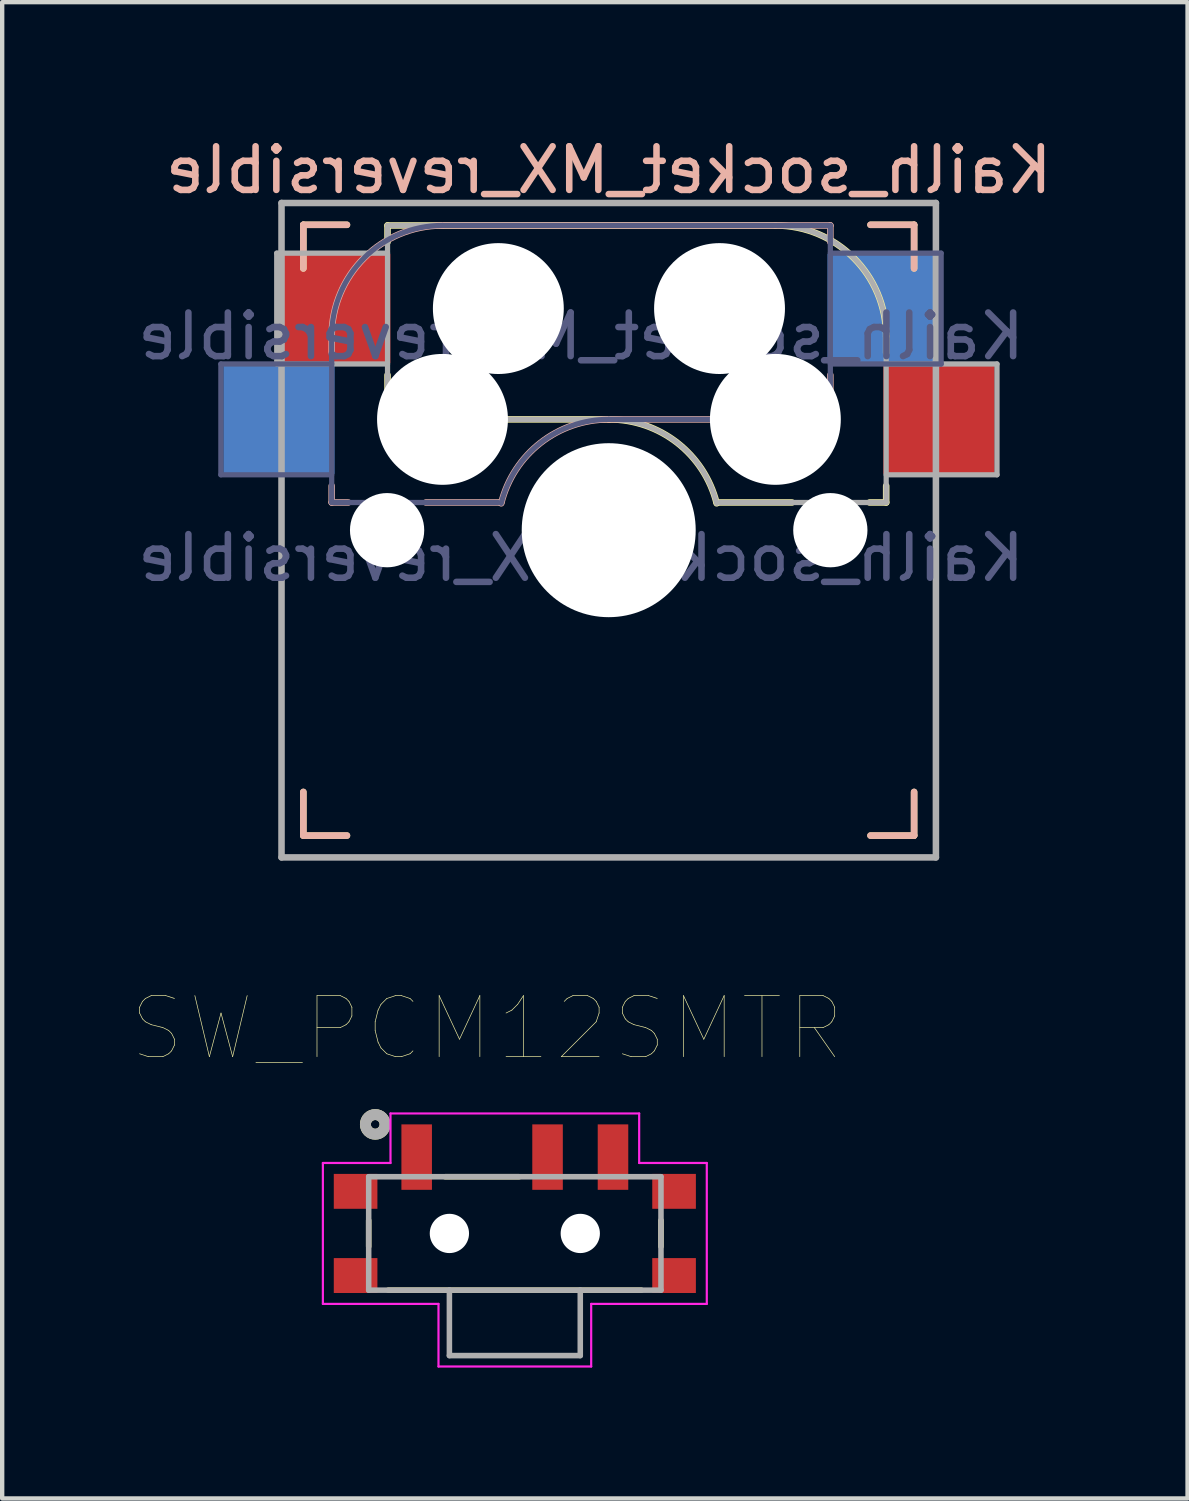
<source format=kicad_pcb>
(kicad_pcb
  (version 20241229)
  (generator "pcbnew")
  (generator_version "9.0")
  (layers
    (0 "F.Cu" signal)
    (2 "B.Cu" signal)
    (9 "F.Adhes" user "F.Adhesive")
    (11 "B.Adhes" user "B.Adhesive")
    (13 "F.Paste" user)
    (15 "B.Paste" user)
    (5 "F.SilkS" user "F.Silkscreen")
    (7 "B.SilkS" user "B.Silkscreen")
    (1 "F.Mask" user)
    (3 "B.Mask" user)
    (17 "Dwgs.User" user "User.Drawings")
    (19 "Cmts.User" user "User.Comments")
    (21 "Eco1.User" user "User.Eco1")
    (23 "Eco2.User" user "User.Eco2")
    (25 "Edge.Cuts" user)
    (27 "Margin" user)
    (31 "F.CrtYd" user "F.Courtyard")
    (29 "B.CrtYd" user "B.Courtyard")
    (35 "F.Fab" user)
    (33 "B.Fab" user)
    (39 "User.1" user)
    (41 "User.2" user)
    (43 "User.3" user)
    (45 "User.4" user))
  (footprint "Kailh_socket_MX_reversible"
    (layer "F.Cu")
    (at 10.903 9.103)
    (property "Reference" "Kailh_socket_MX_reversible" (at 0 -8.255 0) (layer "B.SilkS") (effects (font (size 1 1) (thickness 0.15)) (justify mirror)))
    (property "Value" "Kailh_socket_MX_reversible" (at 0 8.255 0) (layer "F.Fab") (hide yes) (effects (font (size 1 1) (thickness 0.15))))
    (attr smd)
    (fp_line (start -7 -6) (end -7 -7) (stroke (width 0.15) (type solid)) (layer "F.SilkS"))
    (fp_line (start -7 7) (end -7 6) (stroke (width 0.15) (type solid)) (layer "F.SilkS"))
    (fp_line (start -7 7) (end -6 7) (stroke (width 0.15) (type solid)) (layer "F.SilkS"))
    (fp_line (start -6 -7) (end -7 -7) (stroke (width 0.15) (type solid)) (layer "F.SilkS"))
    (fp_line (start -5.07 -6.985) (end -5.07 -6.604) (stroke (width 0.15) (type solid)) (layer "F.SilkS"))
    (fp_line (start -5.07 -3.556) (end -5.07 -2.54) (stroke (width 0.15) (type solid)) (layer "F.SilkS"))
    (fp_line (start -5.07 -2.54) (end 0.01 -2.54) (stroke (width 0.15) (type solid)) (layer "F.SilkS"))
    (fp_line (start 2.474 -0.635) (end 4.201 -0.635) (stroke (width 0.15) (type solid)) (layer "F.SilkS"))
    (fp_line (start 3.82 -6.985) (end -5.07 -6.985) (stroke (width 0.15) (type solid)) (layer "F.SilkS"))
    (fp_line (start 5.979 -0.635) (end 6.36 -0.635) (stroke (width 0.15) (type solid)) (layer "F.SilkS"))
    (fp_line (start 6 7) (end 7 7) (stroke (width 0.15) (type solid)) (layer "F.SilkS"))
    (fp_line (start 6.36 -4.445) (end 6.36 -4.064) (stroke (width 0.15) (type solid)) (layer "F.SilkS"))
    (fp_line (start 6.36 -1.016) (end 6.36 -0.635) (stroke (width 0.15) (type solid)) (layer "F.SilkS"))
    (fp_line (start 7 -7) (end 6 -7) (stroke (width 0.15) (type solid)) (layer "F.SilkS"))
    (fp_line (start 7 -7) (end 7 -6) (stroke (width 0.15) (type solid)) (layer "F.SilkS"))
    (fp_line (start 7 6) (end 7 7) (stroke (width 0.15) (type solid)) (layer "F.SilkS"))
    (fp_arc (start 0.01 -2.54) (mid 1.573147 -2.002042) (end 2.474162 -0.61604) (stroke (width 0.15) (type solid)) (layer "F.SilkS"))
    (fp_arc (start 3.82 -6.985) (mid 5.616051 -6.241051) (end 6.36 -4.445) (stroke (width 0.15) (type solid)) (layer "F.SilkS"))
    (fp_line (start -7 -7) (end -7 -6) (stroke (width 0.15) (type solid)) (layer "B.SilkS"))
    (fp_line (start -7 -7) (end -6 -7) (stroke (width 0.15) (type solid)) (layer "B.SilkS"))
    (fp_line (start -7 6) (end -7 7) (stroke (width 0.15) (type solid)) (layer "B.SilkS"))
    (fp_line (start -6.35 -4.445) (end -6.35 -4.064) (stroke (width 0.15) (type solid)) (layer "B.SilkS"))
    (fp_line (start -6.35 -1.016) (end -6.35 -0.635) (stroke (width 0.15) (type solid)) (layer "B.SilkS"))
    (fp_line (start -6 7) (end -7 7) (stroke (width 0.15) (type solid)) (layer "B.SilkS"))
    (fp_line (start -5.969 -0.635) (end -6.35 -0.635) (stroke (width 0.15) (type solid)) (layer "B.SilkS"))
    (fp_line (start -3.81 -6.985) (end 5.08 -6.985) (stroke (width 0.15) (type solid)) (layer "B.SilkS"))
    (fp_line (start -2.464 -0.635) (end -4.191 -0.635) (stroke (width 0.15) (type solid)) (layer "B.SilkS"))
    (fp_line (start 5.08 -6.985) (end 5.08 -6.604) (stroke (width 0.15) (type solid)) (layer "B.SilkS"))
    (fp_line (start 5.08 -3.556) (end 5.08 -2.54) (stroke (width 0.15) (type solid)) (layer "B.SilkS"))
    (fp_line (start 5.08 -2.54) (end 0 -2.54) (stroke (width 0.15) (type solid)) (layer "B.SilkS"))
    (fp_line (start 6 -7) (end 7 -7) (stroke (width 0.15) (type solid)) (layer "B.SilkS"))
    (fp_line (start 7 -6) (end 7 -7) (stroke (width 0.15) (type solid)) (layer "B.SilkS"))
    (fp_line (start 7 7) (end 6 7) (stroke (width 0.15) (type solid)) (layer "B.SilkS"))
    (fp_line (start 7 7) (end 7 6) (stroke (width 0.15) (type solid)) (layer "B.SilkS"))
    (fp_arc (start -6.35 -4.445) (mid -5.606051 -6.241051) (end -3.81 -6.985) (stroke (width 0.15) (type solid)) (layer "B.SilkS"))
    (fp_arc (start -2.464162 -0.61604) (mid -1.563147 -2.002042) (end 0 -2.54) (stroke (width 0.15) (type solid)) (layer "B.SilkS"))
    (fp_line (start -6.9 6.9) (end -6.9 -6.9) (stroke (width 0.15) (type solid)) (layer "Eco2.User"))
    (fp_line (start -6.9 6.9) (end 6.9 6.9) (stroke (width 0.15) (type solid)) (layer "Eco2.User"))
    (fp_line (start 6.9 -6.9) (end -6.9 -6.9) (stroke (width 0.15) (type solid)) (layer "Eco2.User"))
    (fp_line (start 6.9 -6.9) (end 6.9 6.9) (stroke (width 0.15) (type solid)) (layer "Eco2.User"))
    (fp_line (start -8.89 -3.81) (end -6.35 -3.81) (stroke (width 0.12) (type solid)) (layer "B.Fab"))
    (fp_line (start -8.89 -1.27) (end -8.89 -3.81) (stroke (width 0.12) (type solid)) (layer "B.Fab"))
    (fp_line (start -6.35 -1.27) (end -8.89 -1.27) (stroke (width 0.12) (type solid)) (layer "B.Fab"))
    (fp_line (start -6.35 -0.635) (end -6.35 -4.445) (stroke (width 0.12) (type solid)) (layer "B.Fab"))
    (fp_line (start -6.35 -0.635) (end -2.54 -0.635) (stroke (width 0.12) (type solid)) (layer "B.Fab"))
    (fp_line (start -3.81 -6.985) (end 5.08 -6.985) (stroke (width 0.12) (type solid)) (layer "B.Fab"))
    (fp_line (start 5.08 -6.985) (end 5.08 -2.54) (stroke (width 0.12) (type solid)) (layer "B.Fab"))
    (fp_line (start 5.08 -6.35) (end 7.62 -6.35) (stroke (width 0.12) (type solid)) (layer "B.Fab"))
    (fp_line (start 5.08 -2.54) (end 0 -2.54) (stroke (width 0.12) (type solid)) (layer "B.Fab"))
    (fp_line (start 7.62 -6.35) (end 7.62 -3.81) (stroke (width 0.12) (type solid)) (layer "B.Fab"))
    (fp_line (start 7.62 -3.81) (end 5.08 -3.81) (stroke (width 0.12) (type solid)) (layer "B.Fab"))
    (fp_arc (start -6.35 -4.445) (mid -5.606051 -6.241051) (end -3.81 -6.985) (stroke (width 0.12) (type solid)) (layer "B.Fab"))
    (fp_arc (start -2.464162 -0.61604) (mid -1.563147 -2.002042) (end 0 -2.54) (stroke (width 0.12) (type solid)) (layer "B.Fab"))
    (fp_line (start -7.61 -6.35) (end -7.61 -3.81) (stroke (width 0.12) (type solid)) (layer "F.Fab"))
    (fp_line (start -7.61 -3.81) (end -5.07 -3.81) (stroke (width 0.12) (type solid)) (layer "F.Fab"))
    (fp_line (start -7.5 -7.5) (end 7.5 -7.5) (stroke (width 0.15) (type solid)) (layer "F.Fab"))
    (fp_line (start -7.5 7.5) (end -7.5 -7.5) (stroke (width 0.15) (type solid)) (layer "F.Fab"))
    (fp_line (start -5.07 -6.985) (end -5.07 -2.54) (stroke (width 0.12) (type solid)) (layer "F.Fab"))
    (fp_line (start -5.07 -6.35) (end -7.61 -6.35) (stroke (width 0.12) (type solid)) (layer "F.Fab"))
    (fp_line (start -5.07 -2.54) (end 0.01 -2.54) (stroke (width 0.12) (type solid)) (layer "F.Fab"))
    (fp_line (start 3.82 -6.985) (end -5.07 -6.985) (stroke (width 0.12) (type solid)) (layer "F.Fab"))
    (fp_line (start 6.36 -1.27) (end 8.9 -1.27) (stroke (width 0.12) (type solid)) (layer "F.Fab"))
    (fp_line (start 6.36 -0.635) (end 2.55 -0.635) (stroke (width 0.12) (type solid)) (layer "F.Fab"))
    (fp_line (start 6.36 -0.635) (end 6.36 -4.445) (stroke (width 0.12) (type solid)) (layer "F.Fab"))
    (fp_line (start 7.5 -7.5) (end 7.5 7.5) (stroke (width 0.15) (type solid)) (layer "F.Fab"))
    (fp_line (start 7.5 7.5) (end -7.5 7.5) (stroke (width 0.15) (type solid)) (layer "F.Fab"))
    (fp_line (start 8.9 -3.81) (end 6.36 -3.81) (stroke (width 0.12) (type solid)) (layer "F.Fab"))
    (fp_line (start 8.9 -1.27) (end 8.9 -3.81) (stroke (width 0.12) (type solid)) (layer "F.Fab"))
    (fp_arc (start 0.01 -2.54) (mid 1.573147 -2.002042) (end 2.474162 -0.61604) (stroke (width 0.12) (type solid)) (layer "F.Fab"))
    (fp_arc (start 3.82 -6.985) (mid 5.616051 -6.241051) (end 6.36 -4.445) (stroke (width 0.12) (type solid)) (layer "F.Fab"))
    (fp_text user "${REFERENCE}" (at -0.635 -4.445 0) (layer "B.Fab") (effects (font (size 1 1) (thickness 0.15)) (justify mirror)))
    (fp_text user "${VALUE}" (at -0.635 0.635 0) (layer "B.Fab") (effects (font (size 1 1) (thickness 0.15)) (justify mirror)))
    (pad "" np_thru_hole circle (at -5.08 0) (size 1.702 1.702) (drill 1.702) (layers "*.Cu" "*.Mask"))
    (pad "" np_thru_hole circle (at -3.81 -2.54) (size 3 3) (drill 3) (layers "*.Cu" "*.Mask"))
    (pad "" np_thru_hole circle (at -2.53 -5.08 180) (size 3 3) (drill 3) (layers "*.Cu" "*.Mask"))
    (pad "" np_thru_hole circle (at 0 0) (size 3.988 3.988) (drill 3.988) (layers "*.Cu" "*.Mask"))
    (pad "" np_thru_hole circle (at 2.54 -5.08) (size 3 3) (drill 3) (layers "*.Cu" "*.Mask"))
    (pad "" np_thru_hole circle (at 3.82 -2.54 180) (size 3 3) (drill 3) (layers "*.Cu" "*.Mask"))
    (pad "" np_thru_hole circle (at 5.08 0) (size 1.702 1.702) (drill 1.702) (layers "*.Cu" "*.Mask"))
    (pad "1" smd rect (at -6.28 -5.08 180) (size 2.55 2.5) (layers "F.Cu" "F.Mask" "F.Paste"))
    (pad "1" smd rect (at 6.29 -5.08) (size 2.55 2.5) (layers "B.Cu" "B.Mask" "B.Paste"))
    (pad "2" smd rect (at -7.56 -2.54) (size 2.55 2.5) (layers "B.Cu" "B.Mask" "B.Paste"))
    (pad "2" smd rect (at 7.57 -2.54 180) (size 2.55 2.5) (layers "F.Cu" "F.Mask" "F.Paste")))
  (footprint "SW_PCM12SMTR"
    (layer "F.Cu")
    (at 8.751 25.223)
    (property "Reference" "SW_PCM12SMTR" (at -0.635 -4.699 0) (layer "F.SilkS") (effects (font (size 1.4 1.4) (thickness 0.015))))
    (attr through_hole)
    (fp_line (start -3.35 0.3) (end -3.35 -0.3) (stroke (width 0.127) (type solid)) (layer "F.SilkS"))
    (fp_line (start -2.9 1.3) (end 2.9 1.3) (stroke (width 0.127) (type solid)) (layer "F.SilkS"))
    (fp_line (start -1.6 -1.3) (end 0.1 -1.3) (stroke (width 0.127) (type solid)) (layer "F.SilkS"))
    (fp_line (start 3.35 -0.3) (end 3.35 0.3) (stroke (width 0.127) (type solid)) (layer "F.SilkS"))
    (fp_circle (center -3.2 -2.5) (end -3.1 -2.5) (stroke (width 0.25) (type solid)) (fill no) (layer "F.SilkS"))
    (fp_line (start -4.4 -1.615) (end -2.85 -1.615) (stroke (width 0.05) (type solid)) (layer "F.CrtYd"))
    (fp_line (start -4.4 1.615) (end -4.4 -1.615) (stroke (width 0.05) (type solid)) (layer "F.CrtYd"))
    (fp_line (start -2.85 -2.75) (end 2.85 -2.75) (stroke (width 0.05) (type solid)) (layer "F.CrtYd"))
    (fp_line (start -2.85 -1.615) (end -2.85 -2.75) (stroke (width 0.05) (type solid)) (layer "F.CrtYd"))
    (fp_line (start -1.75 1.615) (end -4.4 1.615) (stroke (width 0.05) (type solid)) (layer "F.CrtYd"))
    (fp_line (start -1.75 3.05) (end -1.75 1.615) (stroke (width 0.05) (type solid)) (layer "F.CrtYd"))
    (fp_line (start 1.75 1.615) (end 1.75 3.05) (stroke (width 0.05) (type solid)) (layer "F.CrtYd"))
    (fp_line (start 1.75 3.05) (end -1.75 3.05) (stroke (width 0.05) (type solid)) (layer "F.CrtYd"))
    (fp_line (start 2.85 -2.75) (end 2.85 -1.615) (stroke (width 0.05) (type solid)) (layer "F.CrtYd"))
    (fp_line (start 2.85 -1.615) (end 4.4 -1.615) (stroke (width 0.05) (type solid)) (layer "F.CrtYd"))
    (fp_line (start 4.4 -1.615) (end 4.4 1.615) (stroke (width 0.05) (type solid)) (layer "F.CrtYd"))
    (fp_line (start 4.4 1.615) (end 1.75 1.615) (stroke (width 0.05) (type solid)) (layer "F.CrtYd"))
    (fp_line (start -3.35 -1.3) (end 3.35 -1.3) (stroke (width 0.127) (type solid)) (layer "F.Fab"))
    (fp_line (start -3.35 1.3) (end -3.35 -1.3) (stroke (width 0.127) (type solid)) (layer "F.Fab"))
    (fp_line (start -1.5 1.3) (end -3.35 1.3) (stroke (width 0.127) (type solid)) (layer "F.Fab"))
    (fp_line (start -1.5 1.3) (end -1.5 2.8) (stroke (width 0.127) (type solid)) (layer "F.Fab"))
    (fp_line (start -1.5 2.8) (end 1.5 2.8) (stroke (width 0.127) (type solid)) (layer "F.Fab"))
    (fp_line (start 1.5 1.3) (end -1.5 1.3) (stroke (width 0.127) (type solid)) (layer "F.Fab"))
    (fp_line (start 1.5 2.8) (end 1.5 1.3) (stroke (width 0.127) (type solid)) (layer "F.Fab"))
    (fp_line (start 3.35 -1.3) (end 3.35 1.3) (stroke (width 0.127) (type solid)) (layer "F.Fab"))
    (fp_line (start 3.35 1.3) (end 1.5 1.3) (stroke (width 0.127) (type solid)) (layer "F.Fab"))
    (fp_circle (center -3.2 -2.5) (end -3.1 -2.5) (stroke (width 0.25) (type solid)) (fill no) (layer "F.Fab"))
    (pad "" np_thru_hole circle (at -1.5 0) (size 0.9 0.9) (drill 0.9) (layers "*.Cu" "*.Mask"))
    (pad "" np_thru_hole circle (at 1.5 0) (size 0.9 0.9) (drill 0.9) (layers "*.Cu" "*.Mask"))
    (pad "1" smd rect (at -2.25 -1.75) (size 0.7 1.5) (layers "F.Cu" "F.Mask" "F.Paste"))
    (pad "2" smd rect (at 0.75 -1.75) (size 0.7 1.5) (layers "F.Cu" "F.Mask" "F.Paste"))
    (pad "3" smd rect (at 2.25 -1.75) (size 0.7 1.5) (layers "F.Cu" "F.Mask" "F.Paste"))
    (pad "S1" smd rect (at -3.65 -0.965) (size 1 0.8) (layers "F.Cu" "F.Mask" "F.Paste"))
    (pad "S2" smd rect (at -3.65 0.965) (size 1 0.8) (layers "F.Cu" "F.Mask" "F.Paste"))
    (pad "S3" smd rect (at 3.65 0.965) (size 1 0.8) (layers "F.Cu" "F.Mask" "F.Paste"))
    (pad "S4" smd rect (at 3.65 -0.965) (size 1 0.8) (layers "F.Cu" "F.Mask" "F.Paste")))
  (gr_rect
    (start -3 -3)
    (end 24.171 31.298)
    (stroke (width 0.1) (type default))
    (fill no)
    (layer "Edge.Cuts")))
</source>
